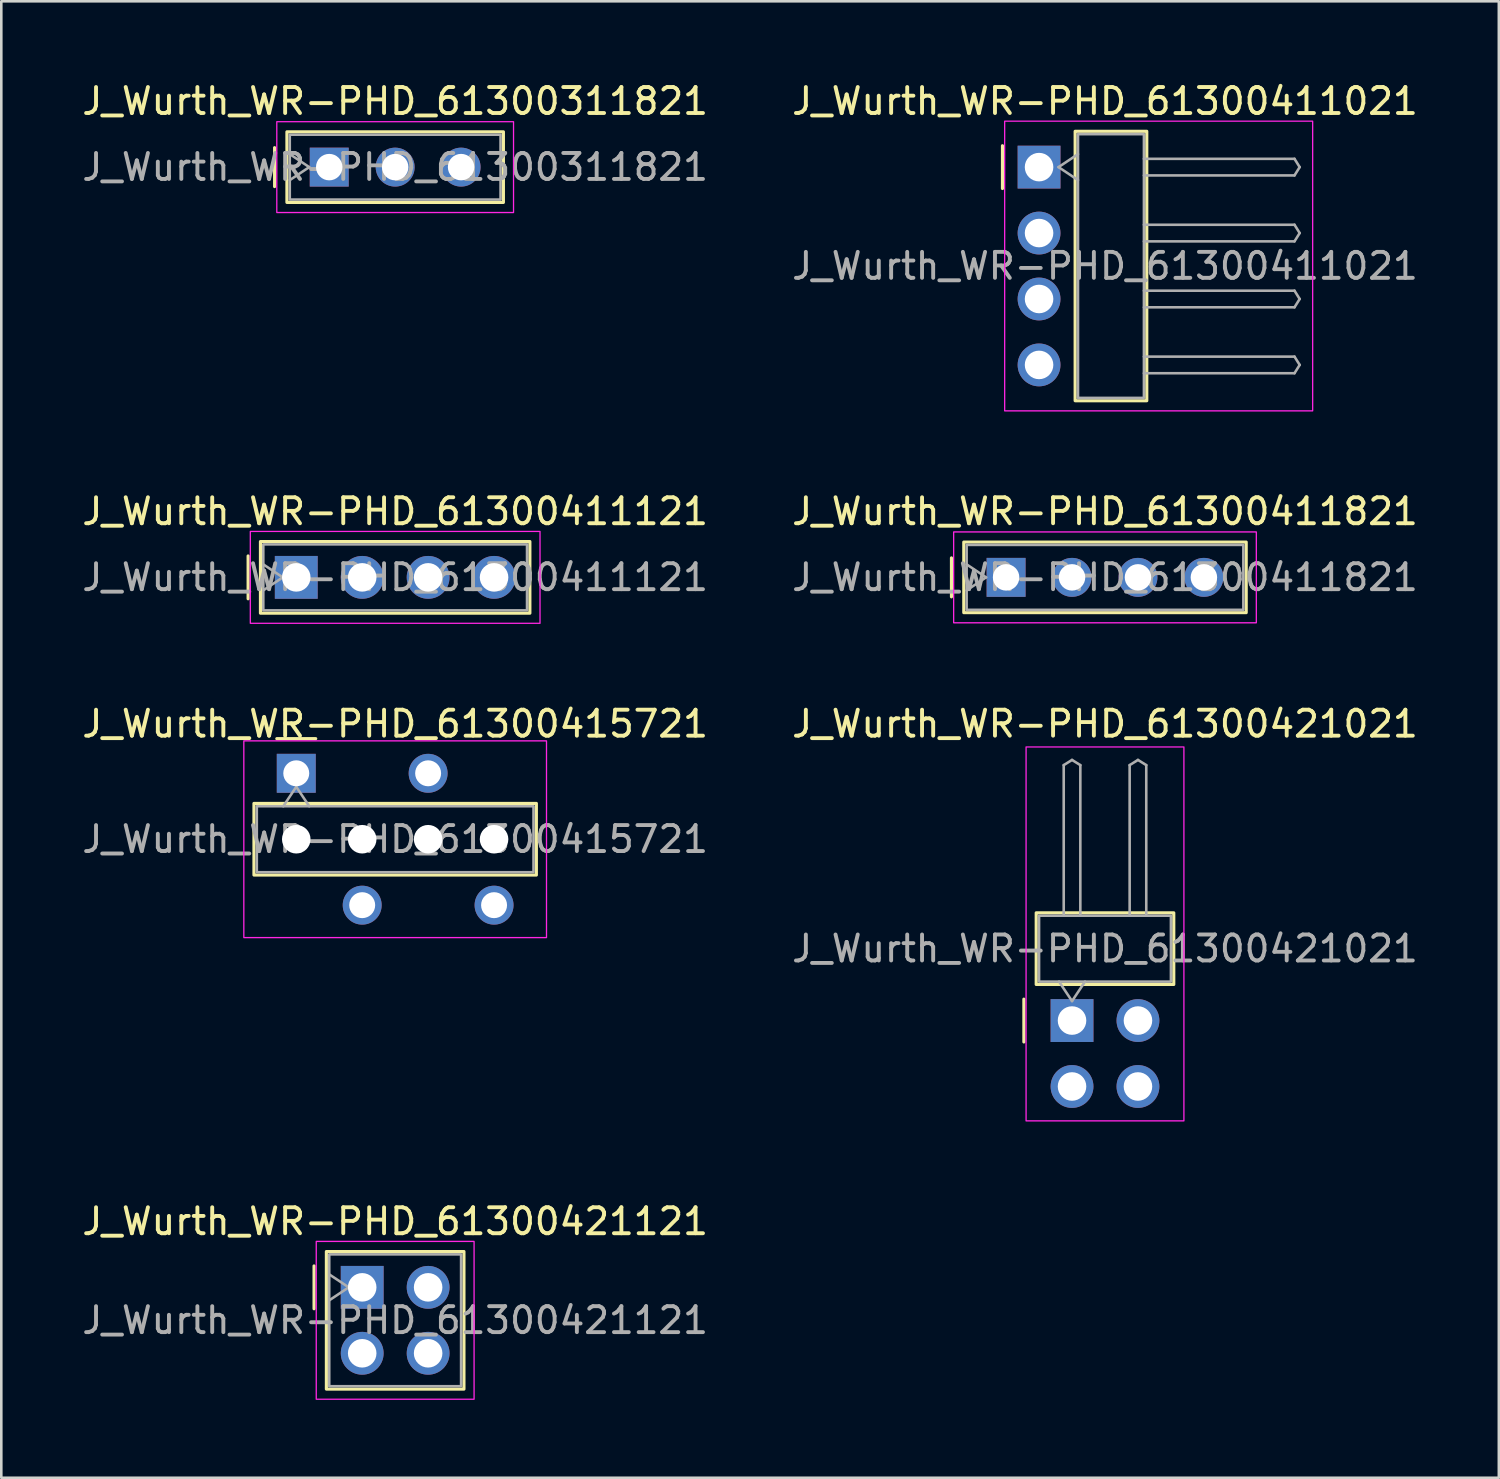
<source format=kicad_pcb>
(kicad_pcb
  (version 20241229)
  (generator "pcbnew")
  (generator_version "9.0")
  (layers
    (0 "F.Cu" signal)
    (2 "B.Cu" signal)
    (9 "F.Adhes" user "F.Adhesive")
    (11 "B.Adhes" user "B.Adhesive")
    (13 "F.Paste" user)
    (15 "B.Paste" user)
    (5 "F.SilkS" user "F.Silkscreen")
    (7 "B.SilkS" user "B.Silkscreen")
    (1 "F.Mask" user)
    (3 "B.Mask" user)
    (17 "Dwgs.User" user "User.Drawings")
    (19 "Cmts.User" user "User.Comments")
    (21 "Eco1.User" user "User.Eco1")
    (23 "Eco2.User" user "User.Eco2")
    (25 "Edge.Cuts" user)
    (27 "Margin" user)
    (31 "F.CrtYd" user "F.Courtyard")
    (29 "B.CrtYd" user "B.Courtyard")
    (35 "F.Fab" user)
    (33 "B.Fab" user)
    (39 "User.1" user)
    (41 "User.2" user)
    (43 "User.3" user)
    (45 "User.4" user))
  (footprint "J_Wurth_WR-PHD_61300421121"
    (layer "F.Cu")
    (at 10.903 46.543)
    (property "Reference" "J_Wurth_WR-PHD_61300421121" (at 1.27 -2.54 0) (unlocked yes) (layer "F.SilkS") (effects (font (size 1 1) (thickness 0.15))))
    (attr through_hole)
    (fp_line (start -1.855 -0.825) (end -1.855 0.825) (stroke (width 0.12) (type solid)) (layer "F.SilkS"))
    (fp_rect (start -1.38 -1.38) (end 3.92 3.92) (stroke (width 0.12) (type solid)) (fill no) (layer "F.SilkS"))
    (fp_rect (start -1.77 -1.77) (end 4.31 4.31) (stroke (width 0.05) (type solid)) (fill no) (layer "F.CrtYd"))
    (fp_line (start -1.27 -0.5) (end -0.52 0) (stroke (width 0.1) (type solid)) (layer "F.Fab"))
    (fp_line (start -0.52 0) (end -1.27 0.5) (stroke (width 0.1) (type solid)) (layer "F.Fab"))
    (fp_rect (start -1.27 -1.27) (end 3.81 3.81) (stroke (width 0.1) (type default)) (fill no) (layer "F.Fab"))
    (fp_text user "${REFERENCE}" (at 1.27 1.27 0) (unlocked yes) (layer "F.Fab") (effects (font (size 1 1) (thickness 0.15))))
    (pad "1" thru_hole rect (at 0 0) (size 1.65 1.65) (drill 1.1) (layers "*.Cu" "*.Mask"))
    (pad "2" thru_hole circle (at 2.54 0) (size 1.65 1.65) (drill 1.1) (layers "*.Cu" "*.Mask"))
    (pad "3" thru_hole circle (at 0 2.54) (size 1.65 1.65) (drill 1.1) (layers "*.Cu" "*.Mask"))
    (pad "4" thru_hole circle (at 2.54 2.54) (size 1.65 1.65) (drill 1.1) (layers "*.Cu" "*.Mask")))
  (footprint "J_Wurth_WR-PHD_61300421021"
    (layer "F.Cu")
    (at 38.248 36.265)
    (property "Reference" "J_Wurth_WR-PHD_61300421021" (at 1.27 -11.43 0) (unlocked yes) (layer "F.SilkS") (effects (font (size 1 1) (thickness 0.15))))
    (attr through_hole)
    (fp_line (start -1.855 -0.825) (end -1.855 0.825) (stroke (width 0.12) (type solid)) (layer "F.SilkS"))
    (fp_rect (start -1.38 -4.15) (end 3.92 -1.39) (stroke (width 0.12) (type solid)) (fill no) (layer "F.SilkS"))
    (fp_rect (start -1.77 -10.54) (end 4.31 3.865) (stroke (width 0.05) (type solid)) (fill no) (layer "F.CrtYd"))
    (fp_line (start -0.32 -9.84) (end -0.32 -4.04) (stroke (width 0.1) (type solid)) (layer "F.Fab"))
    (fp_line (start 0 -10.04) (end -0.32 -9.84) (stroke (width 0.1) (type solid)) (layer "F.Fab"))
    (fp_line (start 0 -0.75) (end -0.5 -1.5) (stroke (width 0.1) (type solid)) (layer "F.Fab"))
    (fp_line (start 0 -0.75) (end 0.5 -1.5) (stroke (width 0.1) (type solid)) (layer "F.Fab"))
    (fp_line (start 0.32 -9.84) (end 0 -10.04) (stroke (width 0.1) (type default)) (layer "F.Fab"))
    (fp_line (start 0.32 -4.04) (end 0.32 -9.84) (stroke (width 0.1) (type solid)) (layer "F.Fab"))
    (fp_line (start 2.22 -9.84) (end 2.22 -4.04) (stroke (width 0.1) (type solid)) (layer "F.Fab"))
    (fp_line (start 2.54 -10.04) (end 2.22 -9.84) (stroke (width 0.1) (type solid)) (layer "F.Fab"))
    (fp_line (start 2.86 -9.84) (end 2.54 -10.04) (stroke (width 0.1) (type default)) (layer "F.Fab"))
    (fp_line (start 2.86 -4.04) (end 2.86 -9.84) (stroke (width 0.1) (type solid)) (layer "F.Fab"))
    (fp_rect (start -1.27 -4.04) (end 3.81 -1.5) (stroke (width 0.1) (type solid)) (fill no) (layer "F.Fab"))
    (fp_text user "${REFERENCE}" (at 1.27 -2.77 0) (unlocked yes) (layer "F.Fab") (effects (font (size 1 1) (thickness 0.15))))
    (pad "1" thru_hole rect (at 0 0 180) (size 1.65 1.65) (drill 1.1) (layers "*.Cu" "*.Mask"))
    (pad "2" thru_hole circle (at 0 2.54 180) (size 1.65 1.65) (drill 1.1) (layers "*.Cu" "*.Mask"))
    (pad "3" thru_hole circle (at 2.54 0 180) (size 1.65 1.65) (drill 1.1) (layers "*.Cu" "*.Mask"))
    (pad "4" thru_hole circle (at 2.54 2.54 180) (size 1.65 1.65) (drill 1.1) (layers "*.Cu" "*.Mask")))
  (footprint "J_Wurth_WR-PHD_61300411021"
    (layer "F.Cu")
    (at 36.978 3.388)
    (property "Reference" "J_Wurth_WR-PHD_61300411021" (at 2.54 -2.54 0) (unlocked yes) (layer "F.SilkS") (effects (font (size 1 1) (thickness 0.15))))
    (attr through_hole)
    (fp_line (start -1.41 -0.825) (end -1.41 0.825) (stroke (width 0.12) (type solid)) (layer "F.SilkS"))
    (fp_rect (start 1.39 -1.38) (end 4.15 9) (stroke (width 0.12) (type solid)) (fill no) (layer "F.SilkS"))
    (fp_rect (start -1.325 -1.77) (end 10.54 9.39) (stroke (width 0.05) (type solid)) (fill no) (layer "F.CrtYd"))
    (fp_line (start 0.75 0) (end 1.5 -0.5) (stroke (width 0.1) (type solid)) (layer "F.Fab"))
    (fp_line (start 0.75 0) (end 1.5 0.5) (stroke (width 0.1) (type solid)) (layer "F.Fab"))
    (fp_line (start 4.04 0.32) (end 9.84 0.32) (stroke (width 0.1) (type solid)) (layer "F.Fab"))
    (fp_line (start 4.04 2.86) (end 9.84 2.86) (stroke (width 0.1) (type solid)) (layer "F.Fab"))
    (fp_line (start 4.04 5.4) (end 9.84 5.4) (stroke (width 0.1) (type solid)) (layer "F.Fab"))
    (fp_line (start 4.04 7.94) (end 9.84 7.94) (stroke (width 0.1) (type solid)) (layer "F.Fab"))
    (fp_line (start 9.84 -0.32) (end 4.04 -0.32) (stroke (width 0.1) (type solid)) (layer "F.Fab"))
    (fp_line (start 9.84 0.32) (end 10.04 0) (stroke (width 0.1) (type default)) (layer "F.Fab"))
    (fp_line (start 9.84 2.22) (end 4.04 2.22) (stroke (width 0.1) (type solid)) (layer "F.Fab"))
    (fp_line (start 9.84 2.86) (end 10.04 2.54) (stroke (width 0.1) (type default)) (layer "F.Fab"))
    (fp_line (start 9.84 4.76) (end 4.04 4.76) (stroke (width 0.1) (type solid)) (layer "F.Fab"))
    (fp_line (start 9.84 5.4) (end 10.04 5.08) (stroke (width 0.1) (type default)) (layer "F.Fab"))
    (fp_line (start 9.84 7.3) (end 4.04 7.3) (stroke (width 0.1) (type solid)) (layer "F.Fab"))
    (fp_line (start 9.84 7.94) (end 10.04 7.62) (stroke (width 0.1) (type default)) (layer "F.Fab"))
    (fp_line (start 10.04 0) (end 9.84 -0.32) (stroke (width 0.1) (type solid)) (layer "F.Fab"))
    (fp_line (start 10.04 2.54) (end 9.84 2.22) (stroke (width 0.1) (type solid)) (layer "F.Fab"))
    (fp_line (start 10.04 5.08) (end 9.84 4.76) (stroke (width 0.1) (type solid)) (layer "F.Fab"))
    (fp_line (start 10.04 7.62) (end 9.84 7.3) (stroke (width 0.1) (type solid)) (layer "F.Fab"))
    (fp_rect (start 1.5 -1.27) (end 4.04 8.89) (stroke (width 0.1) (type solid)) (fill no) (layer "F.Fab"))
    (fp_text user "${REFERENCE}" (at 2.54 3.81 0) (unlocked yes) (layer "F.Fab") (effects (font (size 1 1) (thickness 0.15))))
    (pad "1" thru_hole rect (at 0 0 90) (size 1.65 1.65) (drill 1.1) (layers "*.Cu" "*.Mask"))
    (pad "2" thru_hole circle (at 0 2.54 90) (size 1.65 1.65) (drill 1.1) (layers "*.Cu" "*.Mask"))
    (pad "3" thru_hole circle (at 0 5.08 90) (size 1.65 1.65) (drill 1.1) (layers "*.Cu" "*.Mask"))
    (pad "4" thru_hole circle (at 0 7.62 90) (size 1.65 1.65) (drill 1.1) (layers "*.Cu" "*.Mask")))
  (footprint "J_Wurth_WR-PHD_61300311821"
    (layer "F.Cu")
    (at 9.633 3.388)
    (property "Reference" "J_Wurth_WR-PHD_61300311821" (at 2.54 -2.54 0) (unlocked yes) (layer "F.SilkS") (effects (font (size 1 1) (thickness 0.15))))
    (attr through_hole)
    (fp_line (start -2.105 -0.75) (end -2.105 0.75) (stroke (width 0.12) (type solid)) (layer "F.SilkS"))
    (fp_rect (start -1.63 -1.36) (end 6.71 1.36) (stroke (width 0.12) (type solid)) (fill no) (layer "F.SilkS"))
    (fp_rect (start -2.02 -1.75) (end 7.1 1.75) (stroke (width 0.05) (type solid)) (fill no) (layer "F.CrtYd"))
    (fp_line (start -1.52 -0.5) (end -0.77 0) (stroke (width 0.1) (type solid)) (layer "F.Fab"))
    (fp_line (start -0.77 0) (end -1.52 0.5) (stroke (width 0.1) (type solid)) (layer "F.Fab"))
    (fp_rect (start -1.52 -1.25) (end 6.6 1.25) (stroke (width 0.1) (type solid)) (fill no) (layer "F.Fab"))
    (fp_text user "${REFERENCE}" (at 2.54 0 0) (unlocked yes) (layer "F.Fab") (effects (font (size 1 1) (thickness 0.15))))
    (pad "1" thru_hole rect (at 0 0) (size 1.5 1.5) (drill 1.02) (layers "*.Cu" "*.Mask"))
    (pad "2" thru_hole circle (at 2.54 0) (size 1.5 1.5) (drill 1.02) (layers "*.Cu" "*.Mask"))
    (pad "3" thru_hole circle (at 5.08 0) (size 1.5 1.5) (drill 1.02) (layers "*.Cu" "*.Mask")))
  (footprint "J_Wurth_WR-PHD_61300411821"
    (layer "F.Cu")
    (at 35.708 19.192)
    (property "Reference" "J_Wurth_WR-PHD_61300411821" (at 3.81 -2.54 0) (unlocked yes) (layer "F.SilkS") (effects (font (size 1 1) (thickness 0.15))))
    (attr through_hole)
    (fp_line (start -2.105 -0.75) (end -2.105 0.75) (stroke (width 0.12) (type solid)) (layer "F.SilkS"))
    (fp_rect (start -1.63 -1.36) (end 9.25 1.36) (stroke (width 0.12) (type solid)) (fill no) (layer "F.SilkS"))
    (fp_rect (start -2.02 -1.75) (end 9.64 1.75) (stroke (width 0.05) (type solid)) (fill no) (layer "F.CrtYd"))
    (fp_line (start -1.52 -0.5) (end -0.77 0) (stroke (width 0.1) (type solid)) (layer "F.Fab"))
    (fp_line (start -0.77 0) (end -1.52 0.5) (stroke (width 0.1) (type solid)) (layer "F.Fab"))
    (fp_rect (start -1.52 -1.25) (end 9.14 1.25) (stroke (width 0.1) (type solid)) (fill no) (layer "F.Fab"))
    (fp_text user "${REFERENCE}" (at 3.81 0 0) (unlocked yes) (layer "F.Fab") (effects (font (size 1 1) (thickness 0.15))))
    (pad "1" thru_hole rect (at 0 0) (size 1.5 1.5) (drill 1.02) (layers "*.Cu" "*.Mask"))
    (pad "2" thru_hole circle (at 2.54 0) (size 1.5 1.5) (drill 1.02) (layers "*.Cu" "*.Mask"))
    (pad "3" thru_hole circle (at 5.08 0) (size 1.5 1.5) (drill 1.02) (layers "*.Cu" "*.Mask"))
    (pad "4" thru_hole circle (at 7.62 0) (size 1.5 1.5) (drill 1.02) (layers "*.Cu" "*.Mask")))
  (footprint "J_Wurth_WR-PHD_61300411121"
    (layer "F.Cu")
    (at 8.363 19.192)
    (property "Reference" "J_Wurth_WR-PHD_61300411121" (at 3.81 -2.54 0) (unlocked yes) (layer "F.SilkS") (effects (font (size 1 1) (thickness 0.15))))
    (attr through_hole)
    (fp_line (start -1.855 -0.825) (end -1.855 0.825) (stroke (width 0.12) (type solid)) (layer "F.SilkS"))
    (fp_rect (start -1.38 -1.38) (end 9 1.38) (stroke (width 0.12) (type solid)) (fill no) (layer "F.SilkS"))
    (fp_rect (start -1.77 -1.77) (end 9.39 1.77) (stroke (width 0.05) (type solid)) (fill no) (layer "F.CrtYd"))
    (fp_line (start -1.27 -0.5) (end -0.52 0) (stroke (width 0.1) (type solid)) (layer "F.Fab"))
    (fp_line (start -0.52 0) (end -1.27 0.5) (stroke (width 0.1) (type solid)) (layer "F.Fab"))
    (fp_rect (start -1.27 -1.27) (end 8.89 1.27) (stroke (width 0.1) (type solid)) (fill no) (layer "F.Fab"))
    (fp_text user "${REFERENCE}" (at 3.81 0 0) (unlocked yes) (layer "F.Fab") (effects (font (size 1 1) (thickness 0.15))))
    (pad "1" thru_hole rect (at 0 0) (size 1.65 1.65) (drill 1.1) (layers "*.Cu" "*.Mask"))
    (pad "2" thru_hole circle (at 2.54 0) (size 1.65 1.65) (drill 1.1) (layers "*.Cu" "*.Mask"))
    (pad "3" thru_hole circle (at 5.08 0) (size 1.65 1.65) (drill 1.1) (layers "*.Cu" "*.Mask"))
    (pad "4" thru_hole circle (at 7.62 0) (size 1.65 1.65) (drill 1.1) (layers "*.Cu" "*.Mask")))
  (footprint "J_Wurth_WR-PHD_61300415721"
    (layer "F.Cu")
    (at 8.363 26.74)
    (property "Reference" "J_Wurth_WR-PHD_61300415721" (at 3.81 -1.905 0) (unlocked yes) (layer "F.SilkS") (effects (font (size 1 1) (thickness 0.15))))
    (attr through_hole)
    (fp_line (start -0.75 -1.335) (end 0.75 -1.335) (stroke (width 0.12) (type solid)) (layer "F.SilkS"))
    (fp_rect (start -1.63 1.16) (end 9.25 3.92) (stroke (width 0.12) (type solid)) (fill no) (layer "F.SilkS"))
    (fp_rect (start -2.02 -1.25) (end 9.64 6.33) (stroke (width 0.05) (type solid)) (fill no) (layer "F.CrtYd"))
    (fp_line (start -0.5 1.27) (end 0 0.52) (stroke (width 0.1) (type solid)) (layer "F.Fab"))
    (fp_line (start 0 0.52) (end 0.5 1.27) (stroke (width 0.1) (type solid)) (layer "F.Fab"))
    (fp_rect (start -1.52 1.27) (end 9.14 3.81) (stroke (width 0.1) (type solid)) (fill no) (layer "F.Fab"))
    (fp_text user "${REFERENCE}" (at 3.81 2.54 0) (unlocked yes) (layer "F.Fab") (effects (font (size 1 1) (thickness 0.15))))
    (pad "" np_thru_hole circle (at 0 2.54) (size 1.1 1.1) (drill 1.1) (layers "*.Cu" "*.Mask"))
    (pad "" np_thru_hole circle (at 2.54 2.54) (size 1.1 1.1) (drill 1.1) (layers "*.Cu" "*.Mask"))
    (pad "" np_thru_hole circle (at 5.08 2.54) (size 1.1 1.1) (drill 1.1) (layers "*.Cu" "*.Mask"))
    (pad "" np_thru_hole circle (at 7.62 2.54) (size 1.1 1.1) (drill 1.1) (layers "*.Cu" "*.Mask"))
    (pad "1" thru_hole rect (at 0 0) (size 1.5 1.5) (drill 1) (layers "*.Cu" "*.Mask"))
    (pad "2" thru_hole circle (at 2.54 5.08) (size 1.5 1.5) (drill 1) (layers "*.Cu" "*.Mask"))
    (pad "3" thru_hole circle (at 5.08 0) (size 1.5 1.5) (drill 1) (layers "*.Cu" "*.Mask"))
    (pad "4" thru_hole circle (at 7.62 5.08) (size 1.5 1.5) (drill 1) (layers "*.Cu" "*.Mask")))
  (gr_rect
    (start -3 -3)
    (end 54.69 53.878)
    (stroke (width 0.1) (type default))
    (fill no)
    (layer "Edge.Cuts")))
</source>
